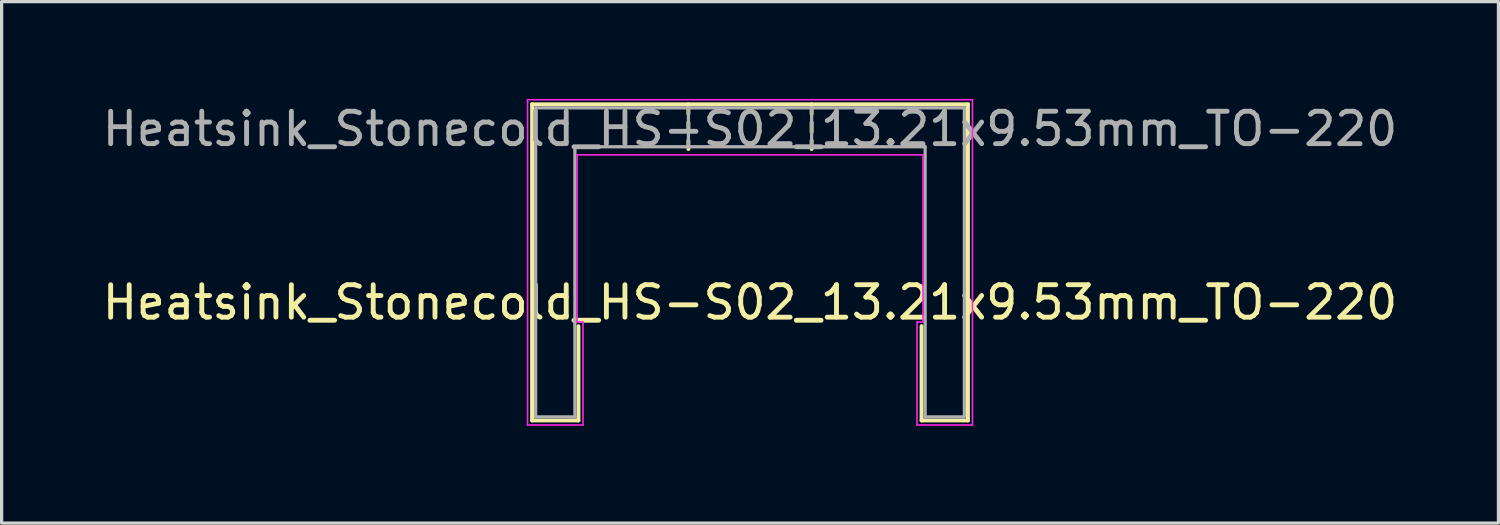
<source format=kicad_pcb>
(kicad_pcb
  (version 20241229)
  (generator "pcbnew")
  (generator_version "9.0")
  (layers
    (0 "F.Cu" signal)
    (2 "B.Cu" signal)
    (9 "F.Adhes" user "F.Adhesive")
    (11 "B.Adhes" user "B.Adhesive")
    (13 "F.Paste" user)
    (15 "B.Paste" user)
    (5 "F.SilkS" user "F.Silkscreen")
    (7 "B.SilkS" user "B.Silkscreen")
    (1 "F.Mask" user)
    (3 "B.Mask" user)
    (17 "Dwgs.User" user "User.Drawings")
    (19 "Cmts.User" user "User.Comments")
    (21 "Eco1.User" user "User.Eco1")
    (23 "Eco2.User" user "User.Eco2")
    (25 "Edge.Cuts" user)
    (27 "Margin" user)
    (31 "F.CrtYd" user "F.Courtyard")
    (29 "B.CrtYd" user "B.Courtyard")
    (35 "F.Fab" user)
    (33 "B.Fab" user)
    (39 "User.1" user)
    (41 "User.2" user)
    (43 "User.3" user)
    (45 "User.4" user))
  (footprint "Heatsink_Stonecold_HS-S02_13.21x9.53mm_TO-220"
    (layer "F.Cu")
    (at 20.077 0.275)
    (property "Reference" "Heatsink_Stonecold_HS-S02_13.21x9.53mm_TO-220" (at 0 6 0) (layer "F.SilkS") (effects (font (size 1 1) (thickness 0.15))))
    (fp_line (start -6.72 -0.11) (end -6.72 9.64) (stroke (width 0.12) (type solid)) (layer "F.SilkS"))
    (fp_line (start -6.72 -0.11) (end 6.72 -0.11) (stroke (width 0.12) (type solid)) (layer "F.SilkS"))
    (fp_line (start -6.72 9.64) (end -5.29 9.64) (stroke (width 0.12) (type solid)) (layer "F.SilkS"))
    (fp_line (start -5.29 9.64) (end -5.29 6.731) (stroke (width 0.12) (type solid)) (layer "F.SilkS"))
    (fp_line (start -1.9 -0.11) (end -1.9 0.19) (stroke (width 0.12) (type solid)) (layer "F.SilkS"))
    (fp_line (start -1.9 0.45) (end -1.9 0.75) (stroke (width 0.12) (type solid)) (layer "F.SilkS"))
    (fp_line (start -1.9 1.01) (end -1.9 1.27) (stroke (width 0.12) (type solid)) (layer "F.SilkS"))
    (fp_line (start 1.9 -0.11) (end 1.9 0.19) (stroke (width 0.12) (type solid)) (layer "F.SilkS"))
    (fp_line (start 1.9 0.45) (end 1.9 0.75) (stroke (width 0.12) (type solid)) (layer "F.SilkS"))
    (fp_line (start 1.9 1.01) (end 1.9 1.27) (stroke (width 0.12) (type solid)) (layer "F.SilkS"))
    (fp_line (start 5.29 6.731) (end 5.29 9.64) (stroke (width 0.12) (type solid)) (layer "F.SilkS"))
    (fp_line (start 5.29 9.64) (end 6.72 9.64) (stroke (width 0.12) (type solid)) (layer "F.SilkS"))
    (fp_line (start 6.72 -0.11) (end 6.72 9.64) (stroke (width 0.12) (type solid)) (layer "F.SilkS"))
    (fp_line (start -6.86 -0.25) (end -6.86 9.78) (stroke (width 0.05) (type solid)) (layer "F.CrtYd"))
    (fp_line (start -6.86 -0.25) (end 6.86 -0.25) (stroke (width 0.05) (type solid)) (layer "F.CrtYd"))
    (fp_line (start -6.86 9.78) (end -5.15 9.78) (stroke (width 0.05) (type solid)) (layer "F.CrtYd"))
    (fp_line (start -5.334 1.45) (end -5.334 6.604) (stroke (width 0.05) (type solid)) (layer "F.CrtYd"))
    (fp_line (start -5.334 1.45) (end 5.334 1.45) (stroke (width 0.05) (type solid)) (layer "F.CrtYd"))
    (fp_line (start -5.15 6.604) (end -5.334 6.604) (stroke (width 0.05) (type solid)) (layer "F.CrtYd"))
    (fp_line (start -5.15 6.604) (end -5.15 9.78) (stroke (width 0.05) (type solid)) (layer "F.CrtYd"))
    (fp_line (start 5.15 6.604) (end 5.15 9.78) (stroke (width 0.05) (type solid)) (layer "F.CrtYd"))
    (fp_line (start 5.15 6.604) (end 5.334 6.604) (stroke (width 0.05) (type solid)) (layer "F.CrtYd"))
    (fp_line (start 5.15 9.78) (end 6.86 9.78) (stroke (width 0.05) (type solid)) (layer "F.CrtYd"))
    (fp_line (start 5.334 1.45) (end 5.334 6.604) (stroke (width 0.05) (type solid)) (layer "F.CrtYd"))
    (fp_line (start 6.86 -0.25) (end 6.86 9.78) (stroke (width 0.05) (type solid)) (layer "F.CrtYd"))
    (fp_line (start -6.61 0) (end -6.61 9.53) (stroke (width 0.1) (type solid)) (layer "F.Fab"))
    (fp_line (start -6.61 0) (end 6.61 0) (stroke (width 0.1) (type solid)) (layer "F.Fab"))
    (fp_line (start -6.61 9.53) (end -5.4 9.53) (stroke (width 0.1) (type solid)) (layer "F.Fab"))
    (fp_line (start -5.4 1.2) (end -5.4 9.53) (stroke (width 0.1) (type solid)) (layer "F.Fab"))
    (fp_line (start -5.4 1.2) (end 5.4 1.2) (stroke (width 0.1) (type solid)) (layer "F.Fab"))
    (fp_line (start -1.9 1.2) (end -1.9 0) (stroke (width 0.1) (type solid)) (layer "F.Fab"))
    (fp_line (start 1.9 1.2) (end 1.9 0) (stroke (width 0.1) (type solid)) (layer "F.Fab"))
    (fp_line (start 5.4 1.2) (end 5.4 9.53) (stroke (width 0.1) (type solid)) (layer "F.Fab"))
    (fp_line (start 5.4 9.53) (end 6.61 9.53) (stroke (width 0.1) (type solid)) (layer "F.Fab"))
    (fp_line (start 6.61 0) (end 6.61 9.53) (stroke (width 0.1) (type solid)) (layer "F.Fab"))
    (fp_text user "${REFERENCE}" (at 0 0.65 0) (layer "F.Fab") (effects (font (size 1 1) (thickness 0.15)))))
  (gr_rect
    (start -3 -3)
    (end 43.155 13.08)
    (stroke (width 0.1) (type default))
    (fill no)
    (layer "Edge.Cuts")))
</source>
